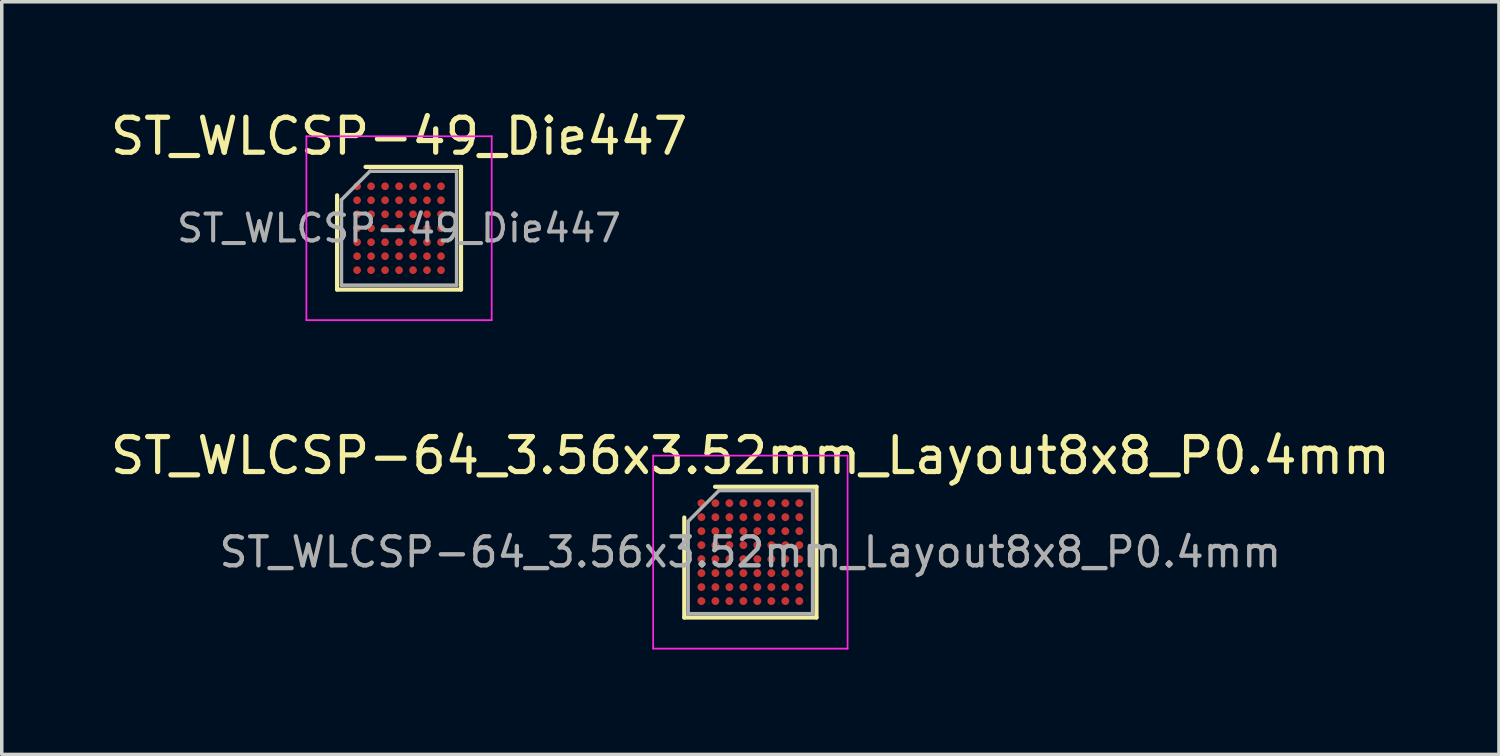
<source format=kicad_pcb>
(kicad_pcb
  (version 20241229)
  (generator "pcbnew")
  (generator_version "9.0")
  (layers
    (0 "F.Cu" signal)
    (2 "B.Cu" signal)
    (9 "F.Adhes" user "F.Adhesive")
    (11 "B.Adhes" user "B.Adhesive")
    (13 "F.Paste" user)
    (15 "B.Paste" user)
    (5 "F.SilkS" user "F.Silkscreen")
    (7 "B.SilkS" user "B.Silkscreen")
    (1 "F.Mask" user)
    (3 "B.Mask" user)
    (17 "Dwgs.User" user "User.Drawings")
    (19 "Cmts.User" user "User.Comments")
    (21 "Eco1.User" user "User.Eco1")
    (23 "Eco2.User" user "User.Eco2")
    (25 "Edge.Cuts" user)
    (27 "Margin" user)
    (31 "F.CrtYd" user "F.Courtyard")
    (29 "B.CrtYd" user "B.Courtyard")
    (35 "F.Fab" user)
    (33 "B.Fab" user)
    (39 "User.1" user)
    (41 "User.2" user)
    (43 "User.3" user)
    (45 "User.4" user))
  (footprint "ST_WLCSP-64_3.56x3.52mm_Layout8x8_P0.4mm"
    (layer "F.Cu")
    (at 18.411 12.741)
    (property "Reference" "ST_WLCSP-64_3.56x3.52mm_Layout8x8_P0.4mm" (at 0 -2.76 0) (layer "F.SilkS") (effects (font (size 1 1) (thickness 0.15))))
    (attr smd)
    (fp_line (start -1.89 1.87) (end -1.89 -0.99) (stroke (width 0.12) (type solid)) (layer "F.SilkS"))
    (fp_line (start -1.01 -1.87) (end 1.89 -1.87) (stroke (width 0.12) (type solid)) (layer "F.SilkS"))
    (fp_line (start 1.89 -1.87) (end 1.89 1.87) (stroke (width 0.12) (type solid)) (layer "F.SilkS"))
    (fp_line (start 1.89 1.87) (end -1.89 1.87) (stroke (width 0.12) (type solid)) (layer "F.SilkS"))
    (fp_line (start -2.78 -2.76) (end -2.78 2.76) (stroke (width 0.05) (type solid)) (layer "F.CrtYd"))
    (fp_line (start -2.78 2.76) (end 2.78 2.76) (stroke (width 0.05) (type solid)) (layer "F.CrtYd"))
    (fp_line (start 2.78 -2.76) (end -2.78 -2.76) (stroke (width 0.05) (type solid)) (layer "F.CrtYd"))
    (fp_line (start 2.78 2.76) (end 2.78 -2.76) (stroke (width 0.05) (type solid)) (layer "F.CrtYd"))
    (fp_line (start -1.78 -0.88) (end -0.9 -1.76) (stroke (width 0.1) (type solid)) (layer "F.Fab"))
    (fp_line (start -1.78 1.76) (end -1.78 -0.88) (stroke (width 0.1) (type solid)) (layer "F.Fab"))
    (fp_line (start -0.9 -1.76) (end 1.78 -1.76) (stroke (width 0.1) (type solid)) (layer "F.Fab"))
    (fp_line (start 1.78 -1.76) (end 1.78 1.76) (stroke (width 0.1) (type solid)) (layer "F.Fab"))
    (fp_line (start 1.78 1.76) (end -1.78 1.76) (stroke (width 0.1) (type solid)) (layer "F.Fab"))
    (fp_text user "${REFERENCE}" (at 0 0 0) (layer "F.Fab") (effects (font (size 0.83 0.83) (thickness 0.124))))
    (pad "A1" smd circle (at -1.4 -1.4) (size 0.225 0.225) (layers "F.Cu" "F.Mask" "F.Paste"))
    (pad "A2" smd circle (at -1 -1.4) (size 0.225 0.225) (layers "F.Cu" "F.Mask" "F.Paste"))
    (pad "A3" smd circle (at -0.6 -1.4) (size 0.225 0.225) (layers "F.Cu" "F.Mask" "F.Paste"))
    (pad "A4" smd circle (at -0.2 -1.4) (size 0.225 0.225) (layers "F.Cu" "F.Mask" "F.Paste"))
    (pad "A5" smd circle (at 0.2 -1.4) (size 0.225 0.225) (layers "F.Cu" "F.Mask" "F.Paste"))
    (pad "A6" smd circle (at 0.6 -1.4) (size 0.225 0.225) (layers "F.Cu" "F.Mask" "F.Paste"))
    (pad "A7" smd circle (at 1 -1.4) (size 0.225 0.225) (layers "F.Cu" "F.Mask" "F.Paste"))
    (pad "A8" smd circle (at 1.4 -1.4) (size 0.225 0.225) (layers "F.Cu" "F.Mask" "F.Paste"))
    (pad "B1" smd circle (at -1.4 -1) (size 0.225 0.225) (layers "F.Cu" "F.Mask" "F.Paste"))
    (pad "B2" smd circle (at -1 -1) (size 0.225 0.225) (layers "F.Cu" "F.Mask" "F.Paste"))
    (pad "B3" smd circle (at -0.6 -1) (size 0.225 0.225) (layers "F.Cu" "F.Mask" "F.Paste"))
    (pad "B4" smd circle (at -0.2 -1) (size 0.225 0.225) (layers "F.Cu" "F.Mask" "F.Paste"))
    (pad "B5" smd circle (at 0.2 -1) (size 0.225 0.225) (layers "F.Cu" "F.Mask" "F.Paste"))
    (pad "B6" smd circle (at 0.6 -1) (size 0.225 0.225) (layers "F.Cu" "F.Mask" "F.Paste"))
    (pad "B7" smd circle (at 1 -1) (size 0.225 0.225) (layers "F.Cu" "F.Mask" "F.Paste"))
    (pad "B8" smd circle (at 1.4 -1) (size 0.225 0.225) (layers "F.Cu" "F.Mask" "F.Paste"))
    (pad "C1" smd circle (at -1.4 -0.6) (size 0.225 0.225) (layers "F.Cu" "F.Mask" "F.Paste"))
    (pad "C2" smd circle (at -1 -0.6) (size 0.225 0.225) (layers "F.Cu" "F.Mask" "F.Paste"))
    (pad "C3" smd circle (at -0.6 -0.6) (size 0.225 0.225) (layers "F.Cu" "F.Mask" "F.Paste"))
    (pad "C4" smd circle (at -0.2 -0.6) (size 0.225 0.225) (layers "F.Cu" "F.Mask" "F.Paste"))
    (pad "C5" smd circle (at 0.2 -0.6) (size 0.225 0.225) (layers "F.Cu" "F.Mask" "F.Paste"))
    (pad "C6" smd circle (at 0.6 -0.6) (size 0.225 0.225) (layers "F.Cu" "F.Mask" "F.Paste"))
    (pad "C7" smd circle (at 1 -0.6) (size 0.225 0.225) (layers "F.Cu" "F.Mask" "F.Paste"))
    (pad "C8" smd circle (at 1.4 -0.6) (size 0.225 0.225) (layers "F.Cu" "F.Mask" "F.Paste"))
    (pad "D1" smd circle (at -1.4 -0.2) (size 0.225 0.225) (layers "F.Cu" "F.Mask" "F.Paste"))
    (pad "D2" smd circle (at -1 -0.2) (size 0.225 0.225) (layers "F.Cu" "F.Mask" "F.Paste"))
    (pad "D3" smd circle (at -0.6 -0.2) (size 0.225 0.225) (layers "F.Cu" "F.Mask" "F.Paste"))
    (pad "D4" smd circle (at -0.2 -0.2) (size 0.225 0.225) (layers "F.Cu" "F.Mask" "F.Paste"))
    (pad "D5" smd circle (at 0.2 -0.2) (size 0.225 0.225) (layers "F.Cu" "F.Mask" "F.Paste"))
    (pad "D6" smd circle (at 0.6 -0.2) (size 0.225 0.225) (layers "F.Cu" "F.Mask" "F.Paste"))
    (pad "D7" smd circle (at 1 -0.2) (size 0.225 0.225) (layers "F.Cu" "F.Mask" "F.Paste"))
    (pad "D8" smd circle (at 1.4 -0.2) (size 0.225 0.225) (layers "F.Cu" "F.Mask" "F.Paste"))
    (pad "E1" smd circle (at -1.4 0.2) (size 0.225 0.225) (layers "F.Cu" "F.Mask" "F.Paste"))
    (pad "E2" smd circle (at -1 0.2) (size 0.225 0.225) (layers "F.Cu" "F.Mask" "F.Paste"))
    (pad "E3" smd circle (at -0.6 0.2) (size 0.225 0.225) (layers "F.Cu" "F.Mask" "F.Paste"))
    (pad "E4" smd circle (at -0.2 0.2) (size 0.225 0.225) (layers "F.Cu" "F.Mask" "F.Paste"))
    (pad "E5" smd circle (at 0.2 0.2) (size 0.225 0.225) (layers "F.Cu" "F.Mask" "F.Paste"))
    (pad "E6" smd circle (at 0.6 0.2) (size 0.225 0.225) (layers "F.Cu" "F.Mask" "F.Paste"))
    (pad "E7" smd circle (at 1 0.2) (size 0.225 0.225) (layers "F.Cu" "F.Mask" "F.Paste"))
    (pad "E8" smd circle (at 1.4 0.2) (size 0.225 0.225) (layers "F.Cu" "F.Mask" "F.Paste"))
    (pad "F1" smd circle (at -1.4 0.6) (size 0.225 0.225) (layers "F.Cu" "F.Mask" "F.Paste"))
    (pad "F2" smd circle (at -1 0.6) (size 0.225 0.225) (layers "F.Cu" "F.Mask" "F.Paste"))
    (pad "F3" smd circle (at -0.6 0.6) (size 0.225 0.225) (layers "F.Cu" "F.Mask" "F.Paste"))
    (pad "F4" smd circle (at -0.2 0.6) (size 0.225 0.225) (layers "F.Cu" "F.Mask" "F.Paste"))
    (pad "F5" smd circle (at 0.2 0.6) (size 0.225 0.225) (layers "F.Cu" "F.Mask" "F.Paste"))
    (pad "F6" smd circle (at 0.6 0.6) (size 0.225 0.225) (layers "F.Cu" "F.Mask" "F.Paste"))
    (pad "F7" smd circle (at 1 0.6) (size 0.225 0.225) (layers "F.Cu" "F.Mask" "F.Paste"))
    (pad "F8" smd circle (at 1.4 0.6) (size 0.225 0.225) (layers "F.Cu" "F.Mask" "F.Paste"))
    (pad "G1" smd circle (at -1.4 1) (size 0.225 0.225) (layers "F.Cu" "F.Mask" "F.Paste"))
    (pad "G2" smd circle (at -1 1) (size 0.225 0.225) (layers "F.Cu" "F.Mask" "F.Paste"))
    (pad "G3" smd circle (at -0.6 1) (size 0.225 0.225) (layers "F.Cu" "F.Mask" "F.Paste"))
    (pad "G4" smd circle (at -0.2 1) (size 0.225 0.225) (layers "F.Cu" "F.Mask" "F.Paste"))
    (pad "G5" smd circle (at 0.2 1) (size 0.225 0.225) (layers "F.Cu" "F.Mask" "F.Paste"))
    (pad "G6" smd circle (at 0.6 1) (size 0.225 0.225) (layers "F.Cu" "F.Mask" "F.Paste"))
    (pad "G7" smd circle (at 1 1) (size 0.225 0.225) (layers "F.Cu" "F.Mask" "F.Paste"))
    (pad "G8" smd circle (at 1.4 1) (size 0.225 0.225) (layers "F.Cu" "F.Mask" "F.Paste"))
    (pad "H1" smd circle (at -1.4 1.4) (size 0.225 0.225) (layers "F.Cu" "F.Mask" "F.Paste"))
    (pad "H2" smd circle (at -1 1.4) (size 0.225 0.225) (layers "F.Cu" "F.Mask" "F.Paste"))
    (pad "H3" smd circle (at -0.6 1.4) (size 0.225 0.225) (layers "F.Cu" "F.Mask" "F.Paste"))
    (pad "H4" smd circle (at -0.2 1.4) (size 0.225 0.225) (layers "F.Cu" "F.Mask" "F.Paste"))
    (pad "H5" smd circle (at 0.2 1.4) (size 0.225 0.225) (layers "F.Cu" "F.Mask" "F.Paste"))
    (pad "H6" smd circle (at 0.6 1.4) (size 0.225 0.225) (layers "F.Cu" "F.Mask" "F.Paste"))
    (pad "H7" smd circle (at 1 1.4) (size 0.225 0.225) (layers "F.Cu" "F.Mask" "F.Paste"))
    (pad "H8" smd circle (at 1.4 1.4) (size 0.225 0.225) (layers "F.Cu" "F.Mask" "F.Paste")))
  (footprint "ST_WLCSP-49_Die447"
    (layer "F.Cu")
    (at 8.363 3.477)
    (property "Reference" "ST_WLCSP-49_Die447" (at 0 -2.629 0) (layer "F.SilkS") (effects (font (size 1 1) (thickness 0.15))))
    (attr smd)
    (fp_line (start -1.772 1.754) (end -1.772 -0.94) (stroke (width 0.12) (type solid)) (layer "F.SilkS"))
    (fp_line (start -0.958 -1.754) (end 1.772 -1.754) (stroke (width 0.12) (type solid)) (layer "F.SilkS"))
    (fp_line (start 1.772 -1.754) (end 1.772 1.754) (stroke (width 0.12) (type solid)) (layer "F.SilkS"))
    (fp_line (start 1.772 1.754) (end -1.772 1.754) (stroke (width 0.12) (type solid)) (layer "F.SilkS"))
    (fp_line (start -2.65 -2.63) (end -2.65 2.63) (stroke (width 0.05) (type solid)) (layer "F.CrtYd"))
    (fp_line (start -2.65 2.63) (end 2.65 2.63) (stroke (width 0.05) (type solid)) (layer "F.CrtYd"))
    (fp_line (start 2.65 -2.63) (end -2.65 -2.63) (stroke (width 0.05) (type solid)) (layer "F.CrtYd"))
    (fp_line (start 2.65 2.63) (end 2.65 -2.63) (stroke (width 0.05) (type solid)) (layer "F.CrtYd"))
    (fp_line (start -1.647 -0.815) (end -0.833 -1.629) (stroke (width 0.1) (type solid)) (layer "F.Fab"))
    (fp_line (start -1.647 1.629) (end -1.647 -0.815) (stroke (width 0.1) (type solid)) (layer "F.Fab"))
    (fp_line (start -0.833 -1.629) (end 1.647 -1.629) (stroke (width 0.1) (type solid)) (layer "F.Fab"))
    (fp_line (start 1.647 -1.629) (end 1.647 1.629) (stroke (width 0.1) (type solid)) (layer "F.Fab"))
    (fp_line (start 1.647 1.629) (end -1.647 1.629) (stroke (width 0.1) (type solid)) (layer "F.Fab"))
    (fp_text user "${REFERENCE}" (at 0 0 0) (layer "F.Fab") (effects (font (size 0.77 0.77) (thickness 0.116))))
    (pad "A1" smd circle (at -1.2 -1.2) (size 0.22 0.22) (layers "F.Cu" "F.Mask" "F.Paste"))
    (pad "A2" smd circle (at -0.8 -1.2) (size 0.22 0.22) (layers "F.Cu" "F.Mask" "F.Paste"))
    (pad "A3" smd circle (at -0.4 -1.2) (size 0.22 0.22) (layers "F.Cu" "F.Mask" "F.Paste"))
    (pad "A4" smd circle (at 0 -1.2) (size 0.22 0.22) (layers "F.Cu" "F.Mask" "F.Paste"))
    (pad "A5" smd circle (at 0.4 -1.2) (size 0.22 0.22) (layers "F.Cu" "F.Mask" "F.Paste"))
    (pad "A6" smd circle (at 0.8 -1.2) (size 0.22 0.22) (layers "F.Cu" "F.Mask" "F.Paste"))
    (pad "A7" smd circle (at 1.2 -1.2) (size 0.22 0.22) (layers "F.Cu" "F.Mask" "F.Paste"))
    (pad "B1" smd circle (at -1.2 -0.8) (size 0.22 0.22) (layers "F.Cu" "F.Mask" "F.Paste"))
    (pad "B2" smd circle (at -0.8 -0.8) (size 0.22 0.22) (layers "F.Cu" "F.Mask" "F.Paste"))
    (pad "B3" smd circle (at -0.4 -0.8) (size 0.22 0.22) (layers "F.Cu" "F.Mask" "F.Paste"))
    (pad "B4" smd circle (at 0 -0.8) (size 0.22 0.22) (layers "F.Cu" "F.Mask" "F.Paste"))
    (pad "B5" smd circle (at 0.4 -0.8) (size 0.22 0.22) (layers "F.Cu" "F.Mask" "F.Paste"))
    (pad "B6" smd circle (at 0.8 -0.8) (size 0.22 0.22) (layers "F.Cu" "F.Mask" "F.Paste"))
    (pad "B7" smd circle (at 1.2 -0.8) (size 0.22 0.22) (layers "F.Cu" "F.Mask" "F.Paste"))
    (pad "C1" smd circle (at -1.2 -0.4) (size 0.22 0.22) (layers "F.Cu" "F.Mask" "F.Paste"))
    (pad "C2" smd circle (at -0.8 -0.4) (size 0.22 0.22) (layers "F.Cu" "F.Mask" "F.Paste"))
    (pad "C3" smd circle (at -0.4 -0.4) (size 0.22 0.22) (layers "F.Cu" "F.Mask" "F.Paste"))
    (pad "C4" smd circle (at 0 -0.4) (size 0.22 0.22) (layers "F.Cu" "F.Mask" "F.Paste"))
    (pad "C5" smd circle (at 0.4 -0.4) (size 0.22 0.22) (layers "F.Cu" "F.Mask" "F.Paste"))
    (pad "C6" smd circle (at 0.8 -0.4) (size 0.22 0.22) (layers "F.Cu" "F.Mask" "F.Paste"))
    (pad "C7" smd circle (at 1.2 -0.4) (size 0.22 0.22) (layers "F.Cu" "F.Mask" "F.Paste"))
    (pad "D1" smd circle (at -1.2 0) (size 0.22 0.22) (layers "F.Cu" "F.Mask" "F.Paste"))
    (pad "D2" smd circle (at -0.8 0) (size 0.22 0.22) (layers "F.Cu" "F.Mask" "F.Paste"))
    (pad "D3" smd circle (at -0.4 0) (size 0.22 0.22) (layers "F.Cu" "F.Mask" "F.Paste"))
    (pad "D4" smd circle (at 0 0) (size 0.22 0.22) (layers "F.Cu" "F.Mask" "F.Paste"))
    (pad "D5" smd circle (at 0.4 0) (size 0.22 0.22) (layers "F.Cu" "F.Mask" "F.Paste"))
    (pad "D6" smd circle (at 0.8 0) (size 0.22 0.22) (layers "F.Cu" "F.Mask" "F.Paste"))
    (pad "D7" smd circle (at 1.2 0) (size 0.22 0.22) (layers "F.Cu" "F.Mask" "F.Paste"))
    (pad "E1" smd circle (at -1.2 0.4) (size 0.22 0.22) (layers "F.Cu" "F.Mask" "F.Paste"))
    (pad "E2" smd circle (at -0.8 0.4) (size 0.22 0.22) (layers "F.Cu" "F.Mask" "F.Paste"))
    (pad "E3" smd circle (at -0.4 0.4) (size 0.22 0.22) (layers "F.Cu" "F.Mask" "F.Paste"))
    (pad "E4" smd circle (at 0 0.4) (size 0.22 0.22) (layers "F.Cu" "F.Mask" "F.Paste"))
    (pad "E5" smd circle (at 0.4 0.4) (size 0.22 0.22) (layers "F.Cu" "F.Mask" "F.Paste"))
    (pad "E6" smd circle (at 0.8 0.4) (size 0.22 0.22) (layers "F.Cu" "F.Mask" "F.Paste"))
    (pad "E7" smd circle (at 1.2 0.4) (size 0.22 0.22) (layers "F.Cu" "F.Mask" "F.Paste"))
    (pad "F1" smd circle (at -1.2 0.8) (size 0.22 0.22) (layers "F.Cu" "F.Mask" "F.Paste"))
    (pad "F2" smd circle (at -0.8 0.8) (size 0.22 0.22) (layers "F.Cu" "F.Mask" "F.Paste"))
    (pad "F3" smd circle (at -0.4 0.8) (size 0.22 0.22) (layers "F.Cu" "F.Mask" "F.Paste"))
    (pad "F4" smd circle (at 0 0.8) (size 0.22 0.22) (layers "F.Cu" "F.Mask" "F.Paste"))
    (pad "F5" smd circle (at 0.4 0.8) (size 0.22 0.22) (layers "F.Cu" "F.Mask" "F.Paste"))
    (pad "F6" smd circle (at 0.8 0.8) (size 0.22 0.22) (layers "F.Cu" "F.Mask" "F.Paste"))
    (pad "F7" smd circle (at 1.2 0.8) (size 0.22 0.22) (layers "F.Cu" "F.Mask" "F.Paste"))
    (pad "G1" smd circle (at -1.2 1.2) (size 0.22 0.22) (layers "F.Cu" "F.Mask" "F.Paste"))
    (pad "G2" smd circle (at -0.8 1.2) (size 0.22 0.22) (layers "F.Cu" "F.Mask" "F.Paste"))
    (pad "G3" smd circle (at -0.4 1.2) (size 0.22 0.22) (layers "F.Cu" "F.Mask" "F.Paste"))
    (pad "G4" smd circle (at 0 1.2) (size 0.22 0.22) (layers "F.Cu" "F.Mask" "F.Paste"))
    (pad "G5" smd circle (at 0.4 1.2) (size 0.22 0.22) (layers "F.Cu" "F.Mask" "F.Paste"))
    (pad "G6" smd circle (at 0.8 1.2) (size 0.22 0.22) (layers "F.Cu" "F.Mask" "F.Paste"))
    (pad "G7" smd circle (at 1.2 1.2) (size 0.22 0.22) (layers "F.Cu" "F.Mask" "F.Paste")))
  (gr_rect
    (start -3 -3)
    (end 39.821 18.526)
    (stroke (width 0.1) (type default))
    (fill no)
    (layer "Edge.Cuts")))
</source>
